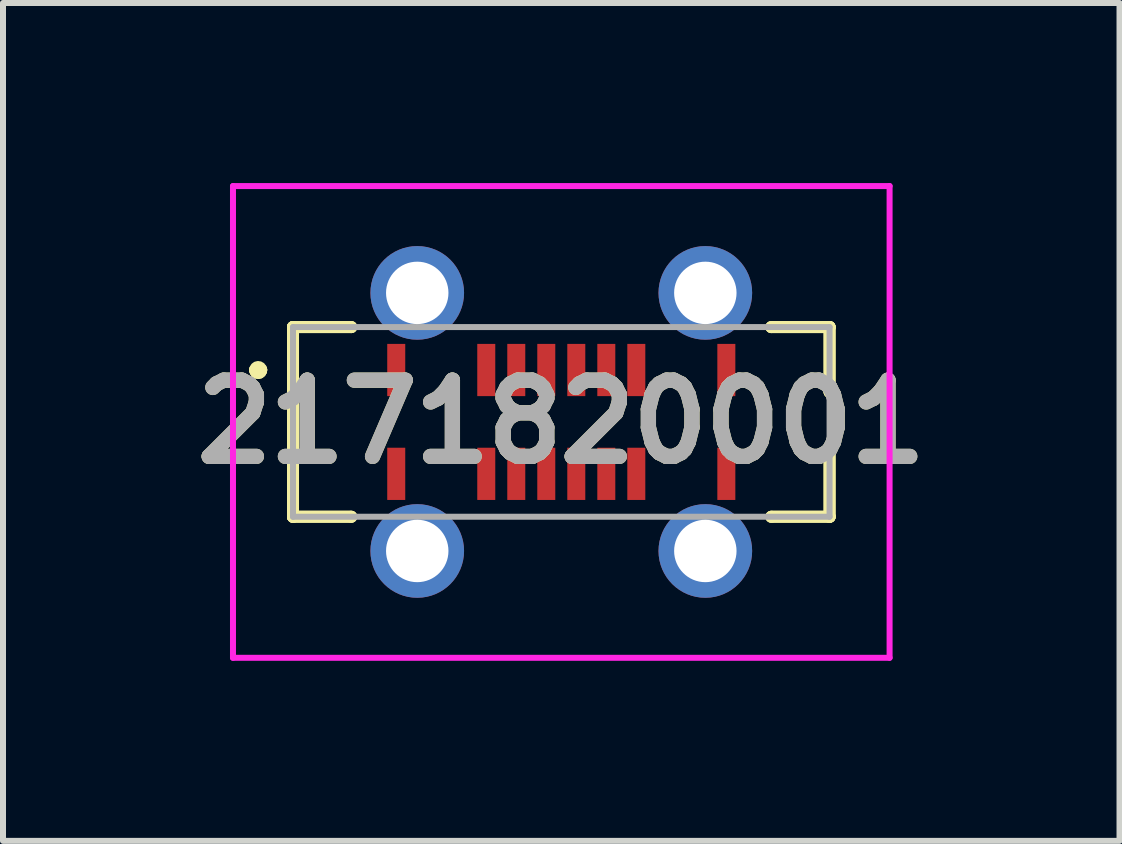
<source format=kicad_pcb>
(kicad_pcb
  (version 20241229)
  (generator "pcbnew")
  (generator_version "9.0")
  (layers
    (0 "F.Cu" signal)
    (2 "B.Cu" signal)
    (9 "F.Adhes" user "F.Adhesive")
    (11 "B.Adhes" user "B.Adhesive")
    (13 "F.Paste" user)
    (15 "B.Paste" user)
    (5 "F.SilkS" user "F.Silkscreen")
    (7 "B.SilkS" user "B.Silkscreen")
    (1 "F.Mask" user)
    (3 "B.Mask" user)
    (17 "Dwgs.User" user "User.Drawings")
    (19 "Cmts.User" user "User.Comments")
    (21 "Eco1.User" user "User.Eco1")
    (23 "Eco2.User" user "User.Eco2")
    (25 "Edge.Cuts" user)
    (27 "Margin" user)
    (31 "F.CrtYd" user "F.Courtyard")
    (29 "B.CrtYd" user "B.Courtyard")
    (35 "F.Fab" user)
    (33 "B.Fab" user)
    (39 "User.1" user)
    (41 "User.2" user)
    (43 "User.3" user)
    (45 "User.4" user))
  (footprint "2171820001"
    (layer "F.Cu")
    (at 6.302 3.98)
    (property "Reference" "2171820001" (at 0 0 0) (layer "F.SilkS") (effects (font (size 1.27 1.27) (thickness 0.254))))
    (attr through_hole)
    (fp_line (start -5.1 -0.865) (end -5.1 -0.865) (stroke (width 0.2) (type solid)) (layer "F.SilkS"))
    (fp_line (start -5.1 -0.865) (end -5.1 -0.865) (stroke (width 0.2) (type solid)) (layer "F.SilkS"))
    (fp_line (start -5 -0.865) (end -5 -0.865) (stroke (width 0.2) (type solid)) (layer "F.SilkS"))
    (fp_line (start -4.47 -1.58) (end -4.47 -1.58) (stroke (width 0.2) (type solid)) (layer "F.SilkS"))
    (fp_line (start -4.47 -1.58) (end -4.47 -1.58) (stroke (width 0.2) (type solid)) (layer "F.SilkS"))
    (fp_line (start -4.47 -1.58) (end -4.47 1.58) (stroke (width 0.2) (type solid)) (layer "F.SilkS"))
    (fp_line (start -4.47 -1.58) (end -3.5 -1.58) (stroke (width 0.2) (type solid)) (layer "F.SilkS"))
    (fp_line (start -4.47 1.58) (end -4.47 -1.58) (stroke (width 0.2) (type solid)) (layer "F.SilkS"))
    (fp_line (start -4.47 1.58) (end -4.47 1.58) (stroke (width 0.2) (type solid)) (layer "F.SilkS"))
    (fp_line (start -4.47 1.58) (end -4.47 1.58) (stroke (width 0.2) (type solid)) (layer "F.SilkS"))
    (fp_line (start -4.47 1.58) (end -3.5 1.58) (stroke (width 0.2) (type solid)) (layer "F.SilkS"))
    (fp_line (start -3.5 -1.58) (end -4.47 -1.58) (stroke (width 0.2) (type solid)) (layer "F.SilkS"))
    (fp_line (start -3.5 -1.58) (end -3.5 -1.58) (stroke (width 0.2) (type solid)) (layer "F.SilkS"))
    (fp_line (start -3.5 1.58) (end -4.47 1.58) (stroke (width 0.2) (type solid)) (layer "F.SilkS"))
    (fp_line (start -3.5 1.58) (end -3.5 1.58) (stroke (width 0.2) (type solid)) (layer "F.SilkS"))
    (fp_line (start 3.5 -1.58) (end 3.5 -1.58) (stroke (width 0.2) (type solid)) (layer "F.SilkS"))
    (fp_line (start 3.5 -1.58) (end 4.47 -1.58) (stroke (width 0.2) (type solid)) (layer "F.SilkS"))
    (fp_line (start 3.5 1.58) (end 3.5 1.58) (stroke (width 0.2) (type solid)) (layer "F.SilkS"))
    (fp_line (start 3.5 1.58) (end 4.47 1.58) (stroke (width 0.2) (type solid)) (layer "F.SilkS"))
    (fp_line (start 4.47 -1.58) (end 3.5 -1.58) (stroke (width 0.2) (type solid)) (layer "F.SilkS"))
    (fp_line (start 4.47 -1.58) (end 4.47 -1.58) (stroke (width 0.2) (type solid)) (layer "F.SilkS"))
    (fp_line (start 4.47 -1.58) (end 4.47 -1.58) (stroke (width 0.2) (type solid)) (layer "F.SilkS"))
    (fp_line (start 4.47 -1.58) (end 4.47 -0.5) (stroke (width 0.2) (type solid)) (layer "F.SilkS"))
    (fp_line (start 4.47 -0.5) (end 4.47 -1.58) (stroke (width 0.2) (type solid)) (layer "F.SilkS"))
    (fp_line (start 4.47 -0.5) (end 4.47 -0.5) (stroke (width 0.2) (type solid)) (layer "F.SilkS"))
    (fp_line (start 4.47 0.5) (end 4.47 0.5) (stroke (width 0.2) (type solid)) (layer "F.SilkS"))
    (fp_line (start 4.47 0.5) (end 4.47 1.58) (stroke (width 0.2) (type solid)) (layer "F.SilkS"))
    (fp_line (start 4.47 1.58) (end 3.5 1.58) (stroke (width 0.2) (type solid)) (layer "F.SilkS"))
    (fp_line (start 4.47 1.58) (end 4.47 0.5) (stroke (width 0.2) (type solid)) (layer "F.SilkS"))
    (fp_line (start 4.47 1.58) (end 4.47 1.58) (stroke (width 0.2) (type solid)) (layer "F.SilkS"))
    (fp_line (start 4.47 1.58) (end 4.47 1.58) (stroke (width 0.2) (type solid)) (layer "F.SilkS"))
    (fp_arc (start -5.1 -0.865) (mid -5.05 -0.915) (end -5 -0.865) (stroke (width 0.2) (type solid)) (layer "F.SilkS"))
    (fp_arc (start -5 -0.865) (mid -5.05 -0.815) (end -5.1 -0.865) (stroke (width 0.2) (type solid)) (layer "F.SilkS"))
    (fp_arc (start -5 -0.865) (mid -5.05 -0.815) (end -5.1 -0.865) (stroke (width 0.2) (type solid)) (layer "F.SilkS"))
    (fp_line (start -5.47 -3.93) (end 5.47 -3.93) (stroke (width 0.1) (type solid)) (layer "F.CrtYd"))
    (fp_line (start -5.47 3.93) (end -5.47 -3.93) (stroke (width 0.1) (type solid)) (layer "F.CrtYd"))
    (fp_line (start 5.47 -3.93) (end 5.47 3.93) (stroke (width 0.1) (type solid)) (layer "F.CrtYd"))
    (fp_line (start 5.47 3.93) (end -5.47 3.93) (stroke (width 0.1) (type solid)) (layer "F.CrtYd"))
    (fp_line (start -4.47 -1.58) (end -4.47 1.58) (stroke (width 0.1) (type solid)) (layer "F.Fab"))
    (fp_line (start -4.47 1.58) (end 4.47 1.58) (stroke (width 0.1) (type solid)) (layer "F.Fab"))
    (fp_line (start 4.47 -1.58) (end -4.47 -1.58) (stroke (width 0.1) (type solid)) (layer "F.Fab"))
    (fp_line (start 4.47 1.58) (end 4.47 -1.58) (stroke (width 0.1) (type solid)) (layer "F.Fab"))
    (fp_text user "${REFERENCE}" (at 0 0 0) (layer "F.Fab") (effects (font (size 1.27 1.27) (thickness 0.254))))
    (pad "" np_thru_hole circle (at -3.75 0) (size 0.001 0.001) (drill 0.52) (layers "*.Cu" "*.Mask"))
    (pad "" np_thru_hole circle (at 3.75 0) (size 0.001 0.001) (drill 0.89) (layers "*.Cu" "*.Mask"))
    (pad "A1" smd rect (at -2.75 -0.865) (size 0.3 0.87) (layers "F.Cu" "F.Mask" "F.Paste"))
    (pad "A4" smd rect (at -1.25 -0.865) (size 0.3 0.87) (layers "F.Cu" "F.Mask" "F.Paste"))
    (pad "A5" smd rect (at -0.75 -0.865) (size 0.3 0.87) (layers "F.Cu" "F.Mask" "F.Paste"))
    (pad "A6" smd rect (at -0.25 -0.865) (size 0.3 0.87) (layers "F.Cu" "F.Mask" "F.Paste"))
    (pad "A7" smd rect (at 0.25 -0.865) (size 0.3 0.87) (layers "F.Cu" "F.Mask" "F.Paste"))
    (pad "A8" smd rect (at 0.75 -0.865) (size 0.3 0.87) (layers "F.Cu" "F.Mask" "F.Paste"))
    (pad "A9" smd rect (at 1.25 -0.865) (size 0.3 0.87) (layers "F.Cu" "F.Mask" "F.Paste"))
    (pad "A12" smd rect (at 2.75 -0.865) (size 0.3 0.87) (layers "F.Cu" "F.Mask" "F.Paste"))
    (pad "B1" smd rect (at 2.75 0.865) (size 0.3 0.87) (layers "F.Cu" "F.Mask" "F.Paste"))
    (pad "B4" smd rect (at 1.25 0.865) (size 0.3 0.87) (layers "F.Cu" "F.Mask" "F.Paste"))
    (pad "B5" smd rect (at 0.75 0.865) (size 0.3 0.87) (layers "F.Cu" "F.Mask" "F.Paste"))
    (pad "B6" smd rect (at 0.25 0.865) (size 0.3 0.87) (layers "F.Cu" "F.Mask" "F.Paste"))
    (pad "B7" smd rect (at -0.25 0.865) (size 0.3 0.87) (layers "F.Cu" "F.Mask" "F.Paste"))
    (pad "B8" smd rect (at -0.75 0.865) (size 0.3 0.87) (layers "F.Cu" "F.Mask" "F.Paste"))
    (pad "B9" smd rect (at -1.25 0.865) (size 0.3 0.87) (layers "F.Cu" "F.Mask" "F.Paste"))
    (pad "B12" smd rect (at -2.75 0.865) (size 0.3 0.87) (layers "F.Cu" "F.Mask" "F.Paste"))
    (pad "MH2" thru_hole circle (at -2.4 2.15) (size 1.56 1.56) (drill 1.04) (layers "*.Cu" "*.Mask"))
    (pad "MH3" thru_hole circle (at 2.4 2.15) (size 1.56 1.56) (drill 1.04) (layers "*.Cu" "*.Mask"))
    (pad "MH5" thru_hole circle (at 2.4 -2.15) (size 1.56 1.56) (drill 1.04) (layers "*.Cu" "*.Mask"))
    (pad "MH6" thru_hole circle (at -2.4 -2.15) (size 1.56 1.56) (drill 1.04) (layers "*.Cu" "*.Mask")))
  (gr_rect
    (start -3 -3)
    (end 15.603 10.96)
    (stroke (width 0.1) (type default))
    (fill no)
    (layer "Edge.Cuts")))
</source>
